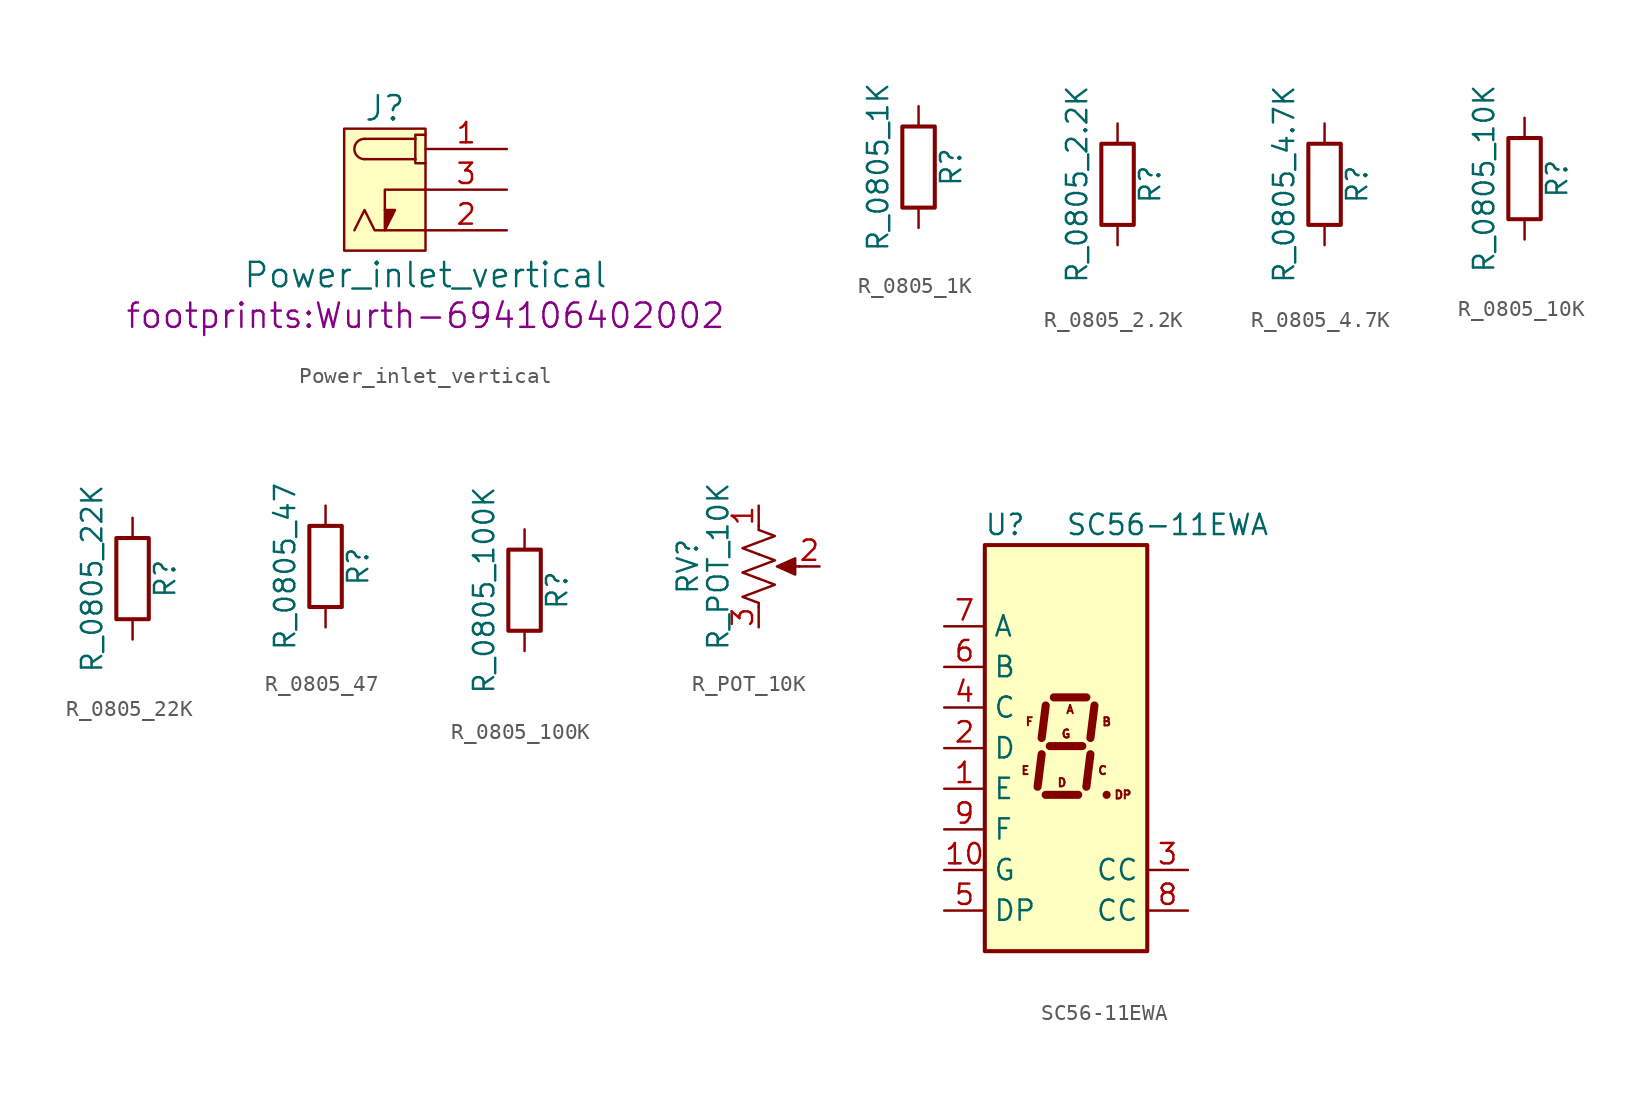
<source format=kicad_sym>
(kicad_symbol_lib
  (version 20211014)
  (generator kicad_symbol_editor)
  (symbol "Power_inlet_vertical"
    (pin_names
      (offset 1.016) hide)
    (property "Reference" "J"
      (at -2.54 5.08 0)
      (effects (font (size 1.524 1.524))))
    (property "Value" "Power_inlet_vertical"
      (at 0 -5.334 0)
      (effects (font (size 1.524 1.524))))
    (property "Footprint" "footprints:Wurth-694106402002"
      (at 0 -7.874 0)
      (effects (font (size 1.524 1.524))))
    (symbol "Power_inlet_vertical_0_1"
      (arc (start -3.81 3.175) (mid -4.445 2.54) (end -3.81 1.905) (stroke (width 0) (type default) (color 0 0 0 0)) (fill (type none)))
      (polyline (pts (xy -0.635 1.905) (xy -3.81 1.905)) (stroke (width 0) (type default) (color 0 0 0 0)) (fill (type none)))
      (polyline (pts (xy -0.635 1.905) (xy -0.635 3.175)) (stroke (width 0) (type default) (color 0 0 0 0)) (fill (type none)))
      (polyline (pts (xy -0.635 3.175) (xy -3.81 3.175)) (stroke (width 0) (type default) (color 0 0 0 0)) (fill (type none)))
      (polyline (pts (xy -2.54 -1.27) (xy -2.54 0) (xy 0 0)) (stroke (width 0) (type default) (color 0 0 0 0)) (fill (type none)))
      (polyline (pts (xy -0.635 1.905) (xy -0.635 1.651) (xy 0 1.651)) (stroke (width 0) (type default) (color 0 0 0 0)) (fill (type none)))
      (polyline (pts (xy -0.635 3.175) (xy -0.635 3.429) (xy 0 3.429)) (stroke (width 0) (type default) (color 0 0 0 0)) (fill (type none)))
      (polyline (pts (xy -2.54 -2.54) (xy -1.905 -1.27) (xy -2.54 -1.27) (xy -2.54 -2.54)) (stroke (width 0) (type default) (color 0 0 0 0)) (fill (type outline)))
      (polyline (pts (xy 0 -2.54) (xy -3.175 -2.54) (xy -3.81 -1.27) (xy -4.445 -2.54)) (stroke (width 0) (type default) (color 0 0 0 0)) (fill (type none)))
      (rectangle (start 0 3.81) (end -5.08 -3.81) (stroke (width 0) (type default) (color 0 0 0 0)) (fill (type background))))
    (symbol "Power_inlet_vertical_1_1"
      (pin passive line (at 5.08 2.54 180) (length 5.08) (name "POLE" (effects (font (size 1.27 1.27)))) (number "1" (effects (font (size 1.27 1.27)))))
      (pin passive line (at 5.08 -2.54 180) (length 5.08) (name "OUT" (effects (font (size 1.27 1.27)))) (number "2" (effects (font (size 1.27 1.27)))))
      (pin passive line (at 5.08 0 180) (length 5.08) (name "OUT" (effects (font (size 1.27 1.27)))) (number "3" (effects (font (size 1.27 1.27)))))))
  (symbol "R_0805_1K"
    (pin_numbers hide)
    (pin_names
      (offset 0))
    (property "Reference" "R"
      (at 2.032 0 90)
      (effects (font (size 1.27 1.27))))
    (property "Value" "R_0805_1K"
      (at -2.54 0 90)
      (effects (font (size 1.27 1.27))))
    (symbol "R_0805_1K_0_1"
      (rectangle (start -1.016 -2.54) (end 1.016 2.54) (stroke (width 0.254) (type default) (color 0 0 0 0)) (fill (type none))))
    (symbol "R_0805_1K_1_1"
      (pin passive line (at 0 3.81 270) (length 1.27) (name "~" (effects (font (size 1.27 1.27)))) (number "1" (effects (font (size 1.27 1.27)))))
      (pin passive line (at 0 -3.81 90) (length 1.27) (name "~" (effects (font (size 1.27 1.27)))) (number "2" (effects (font (size 1.27 1.27)))))))
  (symbol "R_0805_2.2K"
    (pin_numbers hide)
    (pin_names
      (offset 0))
    (property "Reference" "R"
      (at 2.032 0 90)
      (effects (font (size 1.27 1.27))))
    (property "Value" "R_0805_2.2K"
      (at -2.54 0 90)
      (effects (font (size 1.27 1.27))))
    (symbol "R_0805_2.2K_0_1"
      (rectangle (start -1.016 -2.54) (end 1.016 2.54) (stroke (width 0.254) (type default) (color 0 0 0 0)) (fill (type none))))
    (symbol "R_0805_2.2K_1_1"
      (pin passive line (at 0 3.81 270) (length 1.27) (name "~" (effects (font (size 1.27 1.27)))) (number "1" (effects (font (size 1.27 1.27)))))
      (pin passive line (at 0 -3.81 90) (length 1.27) (name "~" (effects (font (size 1.27 1.27)))) (number "2" (effects (font (size 1.27 1.27)))))))
  (symbol "R_0805_4.7K"
    (pin_numbers hide)
    (pin_names
      (offset 0))
    (property "Reference" "R"
      (at 2.032 0 90)
      (effects (font (size 1.27 1.27))))
    (property "Value" "R_0805_4.7K"
      (at -2.54 0 90)
      (effects (font (size 1.27 1.27))))
    (symbol "R_0805_4.7K_0_1"
      (rectangle (start -1.016 -2.54) (end 1.016 2.54) (stroke (width 0.254) (type default) (color 0 0 0 0)) (fill (type none))))
    (symbol "R_0805_4.7K_1_1"
      (pin passive line (at 0 3.81 270) (length 1.27) (name "~" (effects (font (size 1.27 1.27)))) (number "1" (effects (font (size 1.27 1.27)))))
      (pin passive line (at 0 -3.81 90) (length 1.27) (name "~" (effects (font (size 1.27 1.27)))) (number "2" (effects (font (size 1.27 1.27)))))))
  (symbol "R_0805_10K"
    (pin_numbers hide)
    (pin_names
      (offset 0))
    (property "Reference" "R"
      (at 2.032 0 90)
      (effects (font (size 1.27 1.27))))
    (property "Value" "R_0805_10K"
      (at -2.54 0 90)
      (effects (font (size 1.27 1.27))))
    (symbol "R_0805_10K_0_1"
      (rectangle (start -1.016 -2.54) (end 1.016 2.54) (stroke (width 0.254) (type default) (color 0 0 0 0)) (fill (type none))))
    (symbol "R_0805_10K_1_1"
      (pin passive line (at 0 3.81 270) (length 1.27) (name "~" (effects (font (size 1.27 1.27)))) (number "1" (effects (font (size 1.27 1.27)))))
      (pin passive line (at 0 -3.81 90) (length 1.27) (name "~" (effects (font (size 1.27 1.27)))) (number "2" (effects (font (size 1.27 1.27)))))))
  (symbol "R_0805_22K"
    (pin_numbers hide)
    (pin_names
      (offset 0))
    (property "Reference" "R"
      (at 2.032 0 90)
      (effects (font (size 1.27 1.27))))
    (property "Value" "R_0805_22K"
      (at -2.54 0 90)
      (effects (font (size 1.27 1.27))))
    (symbol "R_0805_22K_0_1"
      (rectangle (start -1.016 -2.54) (end 1.016 2.54) (stroke (width 0.254) (type default) (color 0 0 0 0)) (fill (type none))))
    (symbol "R_0805_22K_1_1"
      (pin passive line (at 0 3.81 270) (length 1.27) (name "~" (effects (font (size 1.27 1.27)))) (number "1" (effects (font (size 1.27 1.27)))))
      (pin passive line (at 0 -3.81 90) (length 1.27) (name "~" (effects (font (size 1.27 1.27)))) (number "2" (effects (font (size 1.27 1.27)))))))
  (symbol "R_0805_47"
    (pin_numbers hide)
    (pin_names
      (offset 0))
    (property "Reference" "R"
      (at 2.032 0 90)
      (effects (font (size 1.27 1.27))))
    (property "Value" "R_0805_47"
      (at -2.54 0 90)
      (effects (font (size 1.27 1.27))))
    (symbol "R_0805_47_0_1"
      (rectangle (start -1.016 -2.54) (end 1.016 2.54) (stroke (width 0.254) (type default) (color 0 0 0 0)) (fill (type none))))
    (symbol "R_0805_47_1_1"
      (pin passive line (at 0 3.81 270) (length 1.27) (name "~" (effects (font (size 1.27 1.27)))) (number "1" (effects (font (size 1.27 1.27)))))
      (pin passive line (at 0 -3.81 90) (length 1.27) (name "~" (effects (font (size 1.27 1.27)))) (number "2" (effects (font (size 1.27 1.27)))))))
  (symbol "R_0805_100K"
    (pin_numbers hide)
    (pin_names
      (offset 0))
    (property "Reference" "R"
      (at 2.032 0 90)
      (effects (font (size 1.27 1.27))))
    (property "Value" "R_0805_100K"
      (at -2.54 0 90)
      (effects (font (size 1.27 1.27))))
    (symbol "R_0805_100K_0_1"
      (rectangle (start -1.016 -2.54) (end 1.016 2.54) (stroke (width 0.254) (type default) (color 0 0 0 0)) (fill (type none))))
    (symbol "R_0805_100K_1_1"
      (pin passive line (at 0 3.81 270) (length 1.27) (name "~" (effects (font (size 1.27 1.27)))) (number "1" (effects (font (size 1.27 1.27)))))
      (pin passive line (at 0 -3.81 90) (length 1.27) (name "~" (effects (font (size 1.27 1.27)))) (number "2" (effects (font (size 1.27 1.27)))))))
  (symbol "R_POT_10K"
    (pin_names
      (offset 1.016) hide)
    (property "Reference" "RV"
      (at -4.445 0 90)
      (effects (font (size 1.27 1.27))))
    (property "Value" "R_POT_10K"
      (at -2.54 0 90)
      (effects (font (size 1.27 1.27))))
    (symbol "R_POT_10K_0_1"
      (polyline (pts (xy 0 -2.286) (xy 0 -2.54)) (stroke (width 0) (type default) (color 0 0 0 0)) (fill (type none)))
      (polyline (pts (xy 0 2.54) (xy 0 2.286)) (stroke (width 0) (type default) (color 0 0 0 0)) (fill (type none)))
      (polyline (pts (xy 2.54 0) (xy 1.524 0)) (stroke (width 0) (type default) (color 0 0 0 0)) (fill (type none)))
      (polyline (pts (xy 1.143 0) (xy 2.286 0.508) (xy 2.286 -0.508) (xy 1.143 0)) (stroke (width 0) (type default) (color 0 0 0 0)) (fill (type outline)))
      (polyline (pts (xy 0 -0.762) (xy 1.016 -1.143) (xy 0 -1.524) (xy -1.016 -1.905) (xy 0 -2.286)) (stroke (width 0) (type default) (color 0 0 0 0)) (fill (type none)))
      (polyline (pts (xy 0 0.762) (xy 1.016 0.381) (xy 0 0) (xy -1.016 -0.381) (xy 0 -0.762)) (stroke (width 0) (type default) (color 0 0 0 0)) (fill (type none)))
      (polyline (pts (xy 0 2.286) (xy 1.016 1.905) (xy 0 1.524) (xy -1.016 1.143) (xy 0 0.762)) (stroke (width 0) (type default) (color 0 0 0 0)) (fill (type none))))
    (symbol "R_POT_10K_1_1"
      (pin passive line (at 0 3.81 270) (length 1.27) (name "1" (effects (font (size 1.27 1.27)))) (number "1" (effects (font (size 1.27 1.27)))))
      (pin passive line (at 3.81 0 180) (length 1.27) (name "2" (effects (font (size 1.27 1.27)))) (number "2" (effects (font (size 1.27 1.27)))))
      (pin passive line (at 0 -3.81 90) (length 1.27) (name "3" (effects (font (size 1.27 1.27)))) (number "3" (effects (font (size 1.27 1.27)))))))
  (symbol "SC56-11EWA"
    (property "Reference" "U"
      (at -3.81 13.97 0)
      (effects (font (size 1.27 1.27))))
    (property "Value" "SC56-11EWA"
      (at 6.35 13.97 0)
      (effects (font (size 1.27 1.27))))
    (symbol "SC56-11EWA_1_0"
      (text "A" (at 0.254 2.413 0) (effects (font (size 0.508 0.508))))
      (text "B" (at 2.54 1.651 0) (effects (font (size 0.508 0.508))))
      (text "C" (at 2.286 -1.397 0) (effects (font (size 0.508 0.508))))
      (text "D" (at -0.254 -2.159 0) (effects (font (size 0.508 0.508))))
      (text "DP" (at 3.556 -2.921 0) (effects (font (size 0.508 0.508))))
      (text "E" (at -2.54 -1.397 0) (effects (font (size 0.508 0.508))))
      (text "F" (at -2.286 1.651 0) (effects (font (size 0.508 0.508))))
      (text "G" (at 0 0.889 0) (effects (font (size 0.508 0.508)))))
    (symbol "SC56-11EWA_1_1"
      (rectangle (start -5.08 12.7) (end 5.08 -12.7) (stroke (width 0.254) (type default) (color 0 0 0 0)) (fill (type background)))
      (polyline (pts (xy -1.524 -0.381) (xy -1.778 -2.413)) (stroke (width 0.508) (type default) (color 0 0 0 0)) (fill (type none)))
      (polyline (pts (xy -1.27 -2.921) (xy 0.762 -2.921)) (stroke (width 0.508) (type default) (color 0 0 0 0)) (fill (type none)))
      (polyline (pts (xy -1.27 2.667) (xy -1.524 0.635)) (stroke (width 0.508) (type default) (color 0 0 0 0)) (fill (type none)))
      (polyline (pts (xy -1.016 0.127) (xy 1.016 0.127)) (stroke (width 0.508) (type default) (color 0 0 0 0)) (fill (type none)))
      (polyline (pts (xy -0.762 3.175) (xy 1.27 3.175)) (stroke (width 0.508) (type default) (color 0 0 0 0)) (fill (type none)))
      (polyline (pts (xy 1.524 -0.381) (xy 1.27 -2.413)) (stroke (width 0.508) (type default) (color 0 0 0 0)) (fill (type none)))
      (polyline (pts (xy 1.778 2.667) (xy 1.524 0.635)) (stroke (width 0.508) (type default) (color 0 0 0 0)) (fill (type none)))
      (polyline (pts (xy 2.54 -2.921) (xy 2.54 -2.921)) (stroke (width 0.508) (type default) (color 0 0 0 0)) (fill (type none)))
      (pin input line (at -7.62 -2.54 0) (length 2.54) (name "E" (effects (font (size 1.27 1.27)))) (number "1" (effects (font (size 1.27 1.27)))))
      (pin input line (at -7.62 -7.62 0) (length 2.54) (name "G" (effects (font (size 1.27 1.27)))) (number "10" (effects (font (size 1.27 1.27)))))
      (pin input line (at -7.62 0 0) (length 2.54) (name "D" (effects (font (size 1.27 1.27)))) (number "2" (effects (font (size 1.27 1.27)))))
      (pin input line (at 7.62 -7.62 180) (length 2.54) (name "CC" (effects (font (size 1.27 1.27)))) (number "3" (effects (font (size 1.27 1.27)))))
      (pin input line (at -7.62 2.54 0) (length 2.54) (name "C" (effects (font (size 1.27 1.27)))) (number "4" (effects (font (size 1.27 1.27)))))
      (pin input line (at -7.62 -10.16 0) (length 2.54) (name "DP" (effects (font (size 1.27 1.27)))) (number "5" (effects (font (size 1.27 1.27)))))
      (pin input line (at -7.62 5.08 0) (length 2.54) (name "B" (effects (font (size 1.27 1.27)))) (number "6" (effects (font (size 1.27 1.27)))))
      (pin input line (at -7.62 7.62 0) (length 2.54) (name "A" (effects (font (size 1.27 1.27)))) (number "7" (effects (font (size 1.27 1.27)))))
      (pin input line (at 7.62 -10.16 180) (length 2.54) (name "CC" (effects (font (size 1.27 1.27)))) (number "8" (effects (font (size 1.27 1.27)))))
      (pin input line (at -7.62 -5.08 0) (length 2.54) (name "F" (effects (font (size 1.27 1.27)))) (number "9" (effects (font (size 1.27 1.27))))))))
</source>
